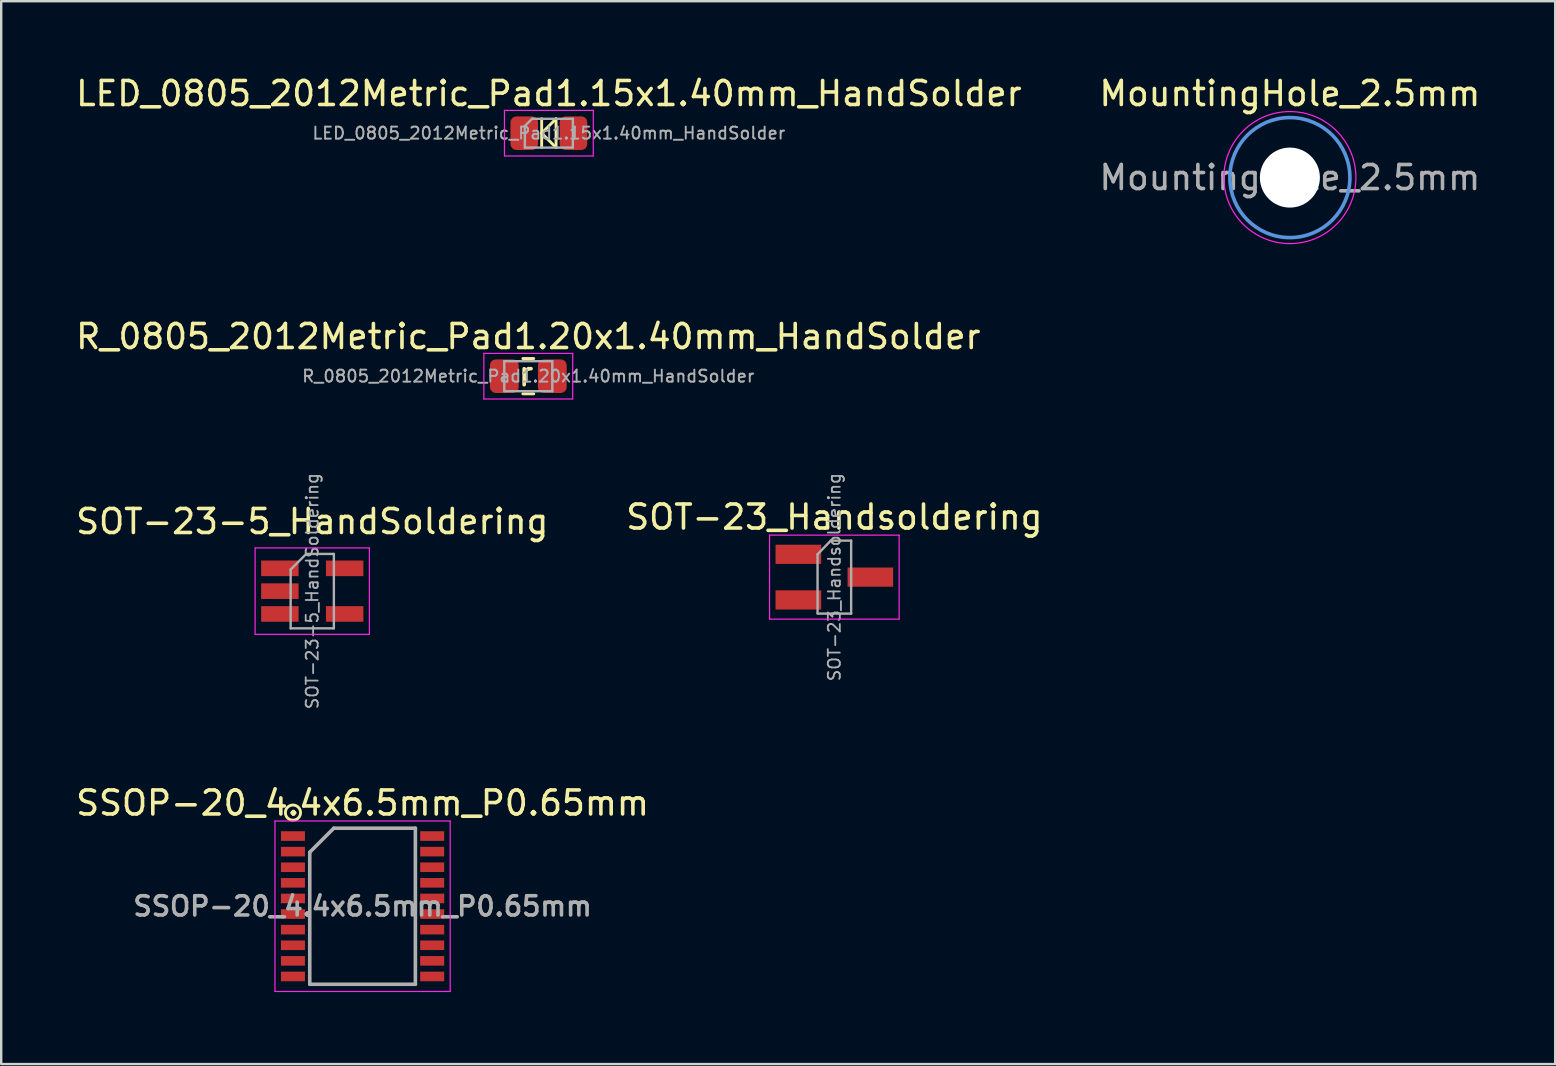
<source format=kicad_pcb>
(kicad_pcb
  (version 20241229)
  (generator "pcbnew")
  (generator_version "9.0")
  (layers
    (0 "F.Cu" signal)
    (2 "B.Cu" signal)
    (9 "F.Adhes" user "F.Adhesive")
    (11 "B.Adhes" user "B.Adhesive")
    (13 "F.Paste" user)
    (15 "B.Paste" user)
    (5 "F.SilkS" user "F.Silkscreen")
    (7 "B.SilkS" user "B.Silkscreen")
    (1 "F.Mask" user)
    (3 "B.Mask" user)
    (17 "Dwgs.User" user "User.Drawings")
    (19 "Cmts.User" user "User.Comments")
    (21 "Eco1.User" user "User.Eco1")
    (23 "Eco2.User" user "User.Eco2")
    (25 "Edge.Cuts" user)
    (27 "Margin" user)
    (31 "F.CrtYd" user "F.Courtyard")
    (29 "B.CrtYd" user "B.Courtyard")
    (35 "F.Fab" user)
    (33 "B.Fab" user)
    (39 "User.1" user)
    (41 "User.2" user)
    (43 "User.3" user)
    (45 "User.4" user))
  (footprint "SOT-23_Handsoldering"
    (layer "F.Cu")
    (at 31.708 20.992)
    (property "Reference" "SOT-23_Handsoldering" (at 0 -2.5 0) (layer "F.SilkS") (effects (font (size 1 1) (thickness 0.15))))
    (attr smd)
    (fp_line (start -2.7 -1.75) (end 2.7 -1.75) (stroke (width 0.05) (type solid)) (layer "F.CrtYd"))
    (fp_line (start -2.7 1.75) (end -2.7 -1.75) (stroke (width 0.05) (type solid)) (layer "F.CrtYd"))
    (fp_line (start 2.7 -1.75) (end 2.7 1.75) (stroke (width 0.05) (type solid)) (layer "F.CrtYd"))
    (fp_line (start 2.7 1.75) (end -2.7 1.75) (stroke (width 0.05) (type solid)) (layer "F.CrtYd"))
    (fp_line (start -0.7 -0.95) (end -0.7 1.5) (stroke (width 0.1) (type solid)) (layer "F.Fab"))
    (fp_line (start -0.7 -0.95) (end -0.15 -1.52) (stroke (width 0.1) (type solid)) (layer "F.Fab"))
    (fp_line (start -0.7 1.52) (end 0.7 1.52) (stroke (width 0.1) (type solid)) (layer "F.Fab"))
    (fp_line (start -0.15 -1.52) (end 0.7 -1.52) (stroke (width 0.1) (type solid)) (layer "F.Fab"))
    (fp_line (start 0.7 -1.52) (end 0.7 1.52) (stroke (width 0.1) (type solid)) (layer "F.Fab"))
    (fp_text user "${REFERENCE}" (at 0 0 90) (layer "F.Fab") (effects (font (size 0.5 0.5) (thickness 0.075))))
    (pad "1" smd rect (at -1.5 -0.95) (size 1.9 0.8) (layers "F.Cu" "F.Mask" "F.Paste"))
    (pad "2" smd rect (at -1.5 0.95) (size 1.9 0.8) (layers "F.Cu" "F.Mask" "F.Paste"))
    (pad "3" smd rect (at 1.5 0) (size 1.9 0.8) (layers "F.Cu" "F.Mask" "F.Paste")))
  (footprint "SOT-23-5_HandSoldering"
    (layer "F.Cu")
    (at 9.958 21.576)
    (property "Reference" "SOT-23-5_HandSoldering" (at 0 -2.9 0) (layer "F.SilkS") (effects (font (size 1 1) (thickness 0.15))))
    (attr smd)
    (fp_line (start -2.38 -1.8) (end -2.38 1.8) (stroke (width 0.05) (type solid)) (layer "F.CrtYd"))
    (fp_line (start -2.38 -1.8) (end 2.38 -1.8) (stroke (width 0.05) (type solid)) (layer "F.CrtYd"))
    (fp_line (start 2.38 1.8) (end -2.38 1.8) (stroke (width 0.05) (type solid)) (layer "F.CrtYd"))
    (fp_line (start 2.38 1.8) (end 2.38 -1.8) (stroke (width 0.05) (type solid)) (layer "F.CrtYd"))
    (fp_line (start -0.9 -0.9) (end -0.9 1.55) (stroke (width 0.1) (type solid)) (layer "F.Fab"))
    (fp_line (start -0.9 -0.9) (end -0.25 -1.55) (stroke (width 0.1) (type solid)) (layer "F.Fab"))
    (fp_line (start 0.9 -1.55) (end -0.25 -1.55) (stroke (width 0.1) (type solid)) (layer "F.Fab"))
    (fp_line (start 0.9 -1.55) (end 0.9 1.55) (stroke (width 0.1) (type solid)) (layer "F.Fab"))
    (fp_line (start 0.9 1.55) (end -0.9 1.55) (stroke (width 0.1) (type solid)) (layer "F.Fab"))
    (fp_text user "${REFERENCE}" (at 0 0 90) (layer "F.Fab") (effects (font (size 0.5 0.5) (thickness 0.075))))
    (pad "1" smd rect (at -1.35 -0.95) (size 1.56 0.65) (layers "F.Cu" "F.Mask" "F.Paste"))
    (pad "2" smd rect (at -1.35 0) (size 1.56 0.65) (layers "F.Cu" "F.Mask" "F.Paste"))
    (pad "3" smd rect (at -1.35 0.95) (size 1.56 0.65) (layers "F.Cu" "F.Mask" "F.Paste"))
    (pad "4" smd rect (at 1.35 0.95) (size 1.56 0.65) (layers "F.Cu" "F.Mask" "F.Paste"))
    (pad "5" smd rect (at 1.35 -0.95) (size 1.56 0.65) (layers "F.Cu" "F.Mask" "F.Paste")))
  (footprint "SSOP-20_4.4x6.5mm_P0.65mm"
    (layer "F.Cu")
    (at 12.054 34.703)
    (property "Reference" "SSOP-20_4.4x6.5mm_P0.65mm" (at 0 -4.3 0) (layer "F.SilkS") (effects (font (size 1 1) (thickness 0.15))))
    (attr smd)
    (fp_circle (center -2.9 -3.9) (end -2.6 -3.8) (stroke (width 0.12) (type default)) (fill no) (layer "F.SilkS"))
    (fp_line (start -3.65 -3.55) (end -3.65 3.55) (stroke (width 0.05) (type solid)) (layer "F.CrtYd"))
    (fp_line (start -3.65 -3.55) (end 3.65 -3.55) (stroke (width 0.05) (type solid)) (layer "F.CrtYd"))
    (fp_line (start -3.65 3.55) (end 3.65 3.55) (stroke (width 0.05) (type solid)) (layer "F.CrtYd"))
    (fp_line (start 3.65 -3.55) (end 3.65 3.55) (stroke (width 0.05) (type solid)) (layer "F.CrtYd"))
    (fp_line (start -2.2 -2.25) (end -1.2 -3.25) (stroke (width 0.15) (type solid)) (layer "F.Fab"))
    (fp_line (start -2.2 3.25) (end -2.2 -2.25) (stroke (width 0.15) (type solid)) (layer "F.Fab"))
    (fp_line (start -1.2 -3.25) (end 2.2 -3.25) (stroke (width 0.15) (type solid)) (layer "F.Fab"))
    (fp_line (start 2.2 -3.25) (end 2.2 3.25) (stroke (width 0.15) (type solid)) (layer "F.Fab"))
    (fp_line (start 2.2 3.25) (end -2.2 3.25) (stroke (width 0.15) (type solid)) (layer "F.Fab"))
    (fp_text user "${REFERENCE}" (at 0 0 0) (layer "F.Fab") (effects (font (size 0.8 0.8) (thickness 0.15))))
    (pad "1" smd rect (at -2.9 -2.925) (size 1 0.4) (layers "F.Cu" "F.Mask" "F.Paste"))
    (pad "2" smd rect (at -2.9 -2.275) (size 1 0.4) (layers "F.Cu" "F.Mask" "F.Paste"))
    (pad "3" smd rect (at -2.9 -1.625) (size 1 0.4) (layers "F.Cu" "F.Mask" "F.Paste"))
    (pad "4" smd rect (at -2.9 -0.975) (size 1 0.4) (layers "F.Cu" "F.Mask" "F.Paste"))
    (pad "5" smd rect (at -2.9 -0.325) (size 1 0.4) (layers "F.Cu" "F.Mask" "F.Paste"))
    (pad "6" smd rect (at -2.9 0.325) (size 1 0.4) (layers "F.Cu" "F.Mask" "F.Paste"))
    (pad "7" smd rect (at -2.9 0.975) (size 1 0.4) (layers "F.Cu" "F.Mask" "F.Paste"))
    (pad "8" smd rect (at -2.9 1.625) (size 1 0.4) (layers "F.Cu" "F.Mask" "F.Paste"))
    (pad "9" smd rect (at -2.9 2.275) (size 1 0.4) (layers "F.Cu" "F.Mask" "F.Paste"))
    (pad "10" smd rect (at -2.9 2.925) (size 1 0.4) (layers "F.Cu" "F.Mask" "F.Paste"))
    (pad "11" smd rect (at 2.9 2.925) (size 1 0.4) (layers "F.Cu" "F.Mask" "F.Paste"))
    (pad "12" smd rect (at 2.9 2.275) (size 1 0.4) (layers "F.Cu" "F.Mask" "F.Paste"))
    (pad "13" smd rect (at 2.9 1.625) (size 1 0.4) (layers "F.Cu" "F.Mask" "F.Paste"))
    (pad "14" smd rect (at 2.9 0.975) (size 1 0.4) (layers "F.Cu" "F.Mask" "F.Paste"))
    (pad "15" smd rect (at 2.9 0.325) (size 1 0.4) (layers "F.Cu" "F.Mask" "F.Paste"))
    (pad "16" smd rect (at 2.9 -0.325) (size 1 0.4) (layers "F.Cu" "F.Mask" "F.Paste"))
    (pad "17" smd rect (at 2.9 -0.975) (size 1 0.4) (layers "F.Cu" "F.Mask" "F.Paste"))
    (pad "18" smd rect (at 2.9 -1.625) (size 1 0.4) (layers "F.Cu" "F.Mask" "F.Paste"))
    (pad "19" smd rect (at 2.9 -2.275) (size 1 0.4) (layers "F.Cu" "F.Mask" "F.Paste"))
    (pad "20" smd rect (at 2.9 -2.925) (size 1 0.4) (layers "F.Cu" "F.Mask" "F.Paste")))
  (footprint "R_0805_2012Metric_Pad1.20x1.40mm_HandSolder"
    (layer "F.Cu")
    (at 18.958 12.621)
    (property "Reference" "R_0805_2012Metric_Pad1.20x1.40mm_HandSolder" (at 0 -1.65 0) (layer "F.SilkS") (effects (font (size 1 1) (thickness 0.15))))
    (attr smd)
    (fp_line (start -0.227 -0.735) (end 0.227 -0.735) (stroke (width 0.12) (type solid)) (layer "F.SilkS"))
    (fp_line (start -0.227 0.735) (end 0.227 0.735) (stroke (width 0.12) (type solid)) (layer "F.SilkS"))
    (fp_line (start -1.85 -0.95) (end 1.85 -0.95) (stroke (width 0.05) (type solid)) (layer "F.CrtYd"))
    (fp_line (start -1.85 0.95) (end -1.85 -0.95) (stroke (width 0.05) (type solid)) (layer "F.CrtYd"))
    (fp_line (start 1.85 -0.95) (end 1.85 0.95) (stroke (width 0.05) (type solid)) (layer "F.CrtYd"))
    (fp_line (start 1.85 0.95) (end -1.85 0.95) (stroke (width 0.05) (type solid)) (layer "F.CrtYd"))
    (fp_line (start -1 -0.625) (end 1 -0.625) (stroke (width 0.1) (type solid)) (layer "F.Fab"))
    (fp_line (start -1 0.625) (end -1 -0.625) (stroke (width 0.1) (type solid)) (layer "F.Fab"))
    (fp_line (start 1 -0.625) (end 1 0.625) (stroke (width 0.1) (type solid)) (layer "F.Fab"))
    (fp_line (start 1 0.625) (end -1 0.625) (stroke (width 0.1) (type solid)) (layer "F.Fab"))
    (fp_text user "r" (at -0.1 -0.1 0) (unlocked yes) (layer "F.SilkS") (effects (font (size 1 1) (thickness 0.15))))
    (fp_text user "${REFERENCE}" (at 0 0 0) (layer "F.Fab") (effects (font (size 0.5 0.5) (thickness 0.08))))
    (pad "1" smd roundrect (at -1 0) (size 1.2 1.4) (layers "F.Cu" "F.Mask" "F.Paste") (roundrect_rratio 0.208))
    (pad "2" smd roundrect (at 1 0) (size 1.2 1.4) (layers "F.Cu" "F.Mask" "F.Paste") (roundrect_rratio 0.208)))
  (footprint "LED_0805_2012Metric_Pad1.15x1.40mm_HandSolder"
    (layer "F.Cu")
    (at 19.815 2.498)
    (property "Reference" "LED_0805_2012Metric_Pad1.15x1.40mm_HandSolder" (at 0 -1.65 0) (layer "F.SilkS") (effects (font (size 1 1) (thickness 0.15))))
    (attr smd)
    (fp_line (start -0.3 -0.6) (end -0.3 0.6) (stroke (width 0.12) (type default)) (layer "F.SilkS"))
    (fp_line (start -0.3 0) (end 0.3 0.6) (stroke (width 0.12) (type default)) (layer "F.SilkS"))
    (fp_line (start 0.3 -0.6) (end -0.3 0) (stroke (width 0.12) (type default)) (layer "F.SilkS"))
    (fp_line (start 0.3 -0.6) (end 0.3 0.6) (stroke (width 0.12) (type default)) (layer "F.SilkS"))
    (fp_line (start -1.85 -0.95) (end -1.85 0.95) (stroke (width 0.05) (type solid)) (layer "F.CrtYd"))
    (fp_line (start -1.85 -0.95) (end 1.85 -0.95) (stroke (width 0.05) (type solid)) (layer "F.CrtYd"))
    (fp_line (start 1.85 -0.95) (end 1.85 0.95) (stroke (width 0.05) (type solid)) (layer "F.CrtYd"))
    (fp_line (start 1.85 0.95) (end -1.85 0.95) (stroke (width 0.05) (type solid)) (layer "F.CrtYd"))
    (fp_line (start -1 -0.3) (end -1 0.6) (stroke (width 0.1) (type solid)) (layer "F.Fab"))
    (fp_line (start -1 0.6) (end 1 0.6) (stroke (width 0.1) (type solid)) (layer "F.Fab"))
    (fp_line (start -0.7 -0.6) (end -1 -0.3) (stroke (width 0.1) (type solid)) (layer "F.Fab"))
    (fp_line (start 1 -0.6) (end -0.7 -0.6) (stroke (width 0.1) (type solid)) (layer "F.Fab"))
    (fp_line (start 1 0.6) (end 1 -0.6) (stroke (width 0.1) (type solid)) (layer "F.Fab"))
    (fp_text user "${REFERENCE}" (at 0 0 0) (layer "F.Fab") (effects (font (size 0.5 0.5) (thickness 0.08))))
    (pad "1" smd roundrect (at -1.025 0) (size 1.15 1.4) (layers "F.Cu" "F.Mask" "F.Paste") (roundrect_rratio 0.217))
    (pad "2" smd roundrect (at 1.025 0) (size 1.15 1.4) (layers "F.Cu" "F.Mask" "F.Paste") (roundrect_rratio 0.217)))
  (footprint "MountingHole_2.5mm"
    (layer "F.Cu")
    (at 50.685 4.348)
    (property "Reference" "MountingHole_2.5mm" (at 0 -3.5 0) (layer "F.SilkS") (effects (font (size 1 1) (thickness 0.15))))
    (attr exclude_from_pos_files exclude_from_bom)
    (fp_circle (center 0 0) (end 2.5 0) (stroke (width 0.15) (type solid)) (fill no) (layer "Cmts.User"))
    (fp_circle (center 0 0) (end 2.75 0) (stroke (width 0.05) (type solid)) (fill no) (layer "F.CrtYd"))
    (fp_text user "${REFERENCE}" (at 0 0 0) (layer "F.Fab") (effects (font (size 1 1) (thickness 0.15))))
    (pad "" np_thru_hole circle (at 0 0) (size 2.5 2.5) (drill 2.5) (layers "*.Cu" "*.Mask")))
  (gr_rect
    (start -3 -3)
    (end 61.738 41.278)
    (stroke (width 0.1) (type default))
    (fill no)
    (layer "Edge.Cuts")))
</source>
